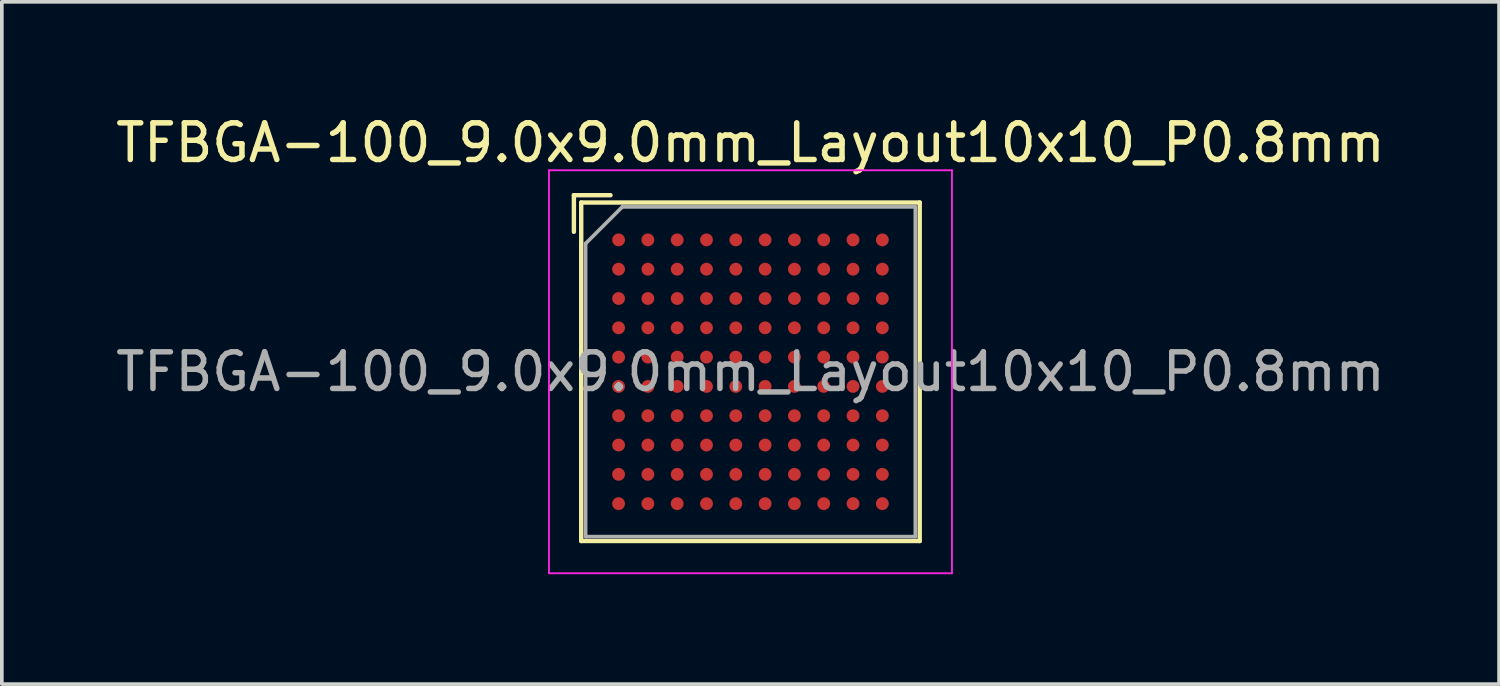
<source format=kicad_pcb>
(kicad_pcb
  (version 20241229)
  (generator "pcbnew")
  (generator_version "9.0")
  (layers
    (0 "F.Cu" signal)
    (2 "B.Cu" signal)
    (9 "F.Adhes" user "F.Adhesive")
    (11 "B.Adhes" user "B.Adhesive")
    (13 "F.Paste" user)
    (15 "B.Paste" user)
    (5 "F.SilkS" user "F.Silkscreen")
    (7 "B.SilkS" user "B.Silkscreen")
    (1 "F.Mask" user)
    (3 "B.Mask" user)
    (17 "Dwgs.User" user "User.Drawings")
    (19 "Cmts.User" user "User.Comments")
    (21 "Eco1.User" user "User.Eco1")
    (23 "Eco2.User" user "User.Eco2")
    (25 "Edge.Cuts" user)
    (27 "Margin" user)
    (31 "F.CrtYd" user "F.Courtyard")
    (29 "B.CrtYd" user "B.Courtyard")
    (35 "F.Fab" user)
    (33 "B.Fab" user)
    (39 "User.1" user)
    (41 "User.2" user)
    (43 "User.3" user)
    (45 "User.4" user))
  (footprint "TFBGA-100_9.0x9.0mm_Layout10x10_P0.8mm"
    (layer "F.Cu")
    (at 17.435 7.098)
    (property "Reference" "TFBGA-100_9.0x9.0mm_Layout10x10_P0.8mm" (at 0 -6.25 0) (layer "F.SilkS") (effects (font (size 1 1) (thickness 0.15))))
    (attr smd)
    (fp_line (start -4.82 -4.82) (end -3.82 -4.82) (stroke (width 0.12) (type solid)) (layer "F.SilkS"))
    (fp_line (start -4.82 -3.82) (end -4.82 -4.82) (stroke (width 0.12) (type solid)) (layer "F.SilkS"))
    (fp_line (start -4.62 -4.62) (end -4.62 4.62) (stroke (width 0.12) (type solid)) (layer "F.SilkS"))
    (fp_line (start -4.62 4.62) (end 4.62 4.62) (stroke (width 0.12) (type solid)) (layer "F.SilkS"))
    (fp_line (start 4.62 -4.62) (end -4.62 -4.62) (stroke (width 0.12) (type solid)) (layer "F.SilkS"))
    (fp_line (start 4.62 4.62) (end 4.62 -4.62) (stroke (width 0.12) (type solid)) (layer "F.SilkS"))
    (fp_line (start -5.5 -5.5) (end -5.5 5.5) (stroke (width 0.05) (type solid)) (layer "F.CrtYd"))
    (fp_line (start -5.5 -5.5) (end 5.5 -5.5) (stroke (width 0.05) (type solid)) (layer "F.CrtYd"))
    (fp_line (start 5.5 5.5) (end -5.5 5.5) (stroke (width 0.05) (type solid)) (layer "F.CrtYd"))
    (fp_line (start 5.5 5.5) (end 5.5 -5.5) (stroke (width 0.05) (type solid)) (layer "F.CrtYd"))
    (fp_line (start -4.5 -3.5) (end -4.5 4.5) (stroke (width 0.1) (type solid)) (layer "F.Fab"))
    (fp_line (start -4.5 4.5) (end 4.5 4.5) (stroke (width 0.1) (type solid)) (layer "F.Fab"))
    (fp_line (start -3.5 -4.5) (end -4.5 -3.5) (stroke (width 0.1) (type solid)) (layer "F.Fab"))
    (fp_line (start 4.5 -4.5) (end -3.5 -4.5) (stroke (width 0.1) (type solid)) (layer "F.Fab"))
    (fp_line (start 4.5 4.5) (end 4.5 -4.5) (stroke (width 0.1) (type solid)) (layer "F.Fab"))
    (fp_text user "${REFERENCE}" (at 0 0 0) (layer "F.Fab") (effects (font (size 1 1) (thickness 0.15))))
    (pad "A1" smd circle (at -3.6 -3.6) (size 0.35 0.35) (layers "F.Cu" "F.Mask" "F.Paste"))
    (pad "A2" smd circle (at -2.8 -3.6) (size 0.35 0.35) (layers "F.Cu" "F.Mask" "F.Paste"))
    (pad "A3" smd circle (at -2 -3.6) (size 0.35 0.35) (layers "F.Cu" "F.Mask" "F.Paste"))
    (pad "A4" smd circle (at -1.2 -3.6) (size 0.35 0.35) (layers "F.Cu" "F.Mask" "F.Paste"))
    (pad "A5" smd circle (at -0.4 -3.6) (size 0.35 0.35) (layers "F.Cu" "F.Mask" "F.Paste"))
    (pad "A6" smd circle (at 0.4 -3.6) (size 0.35 0.35) (layers "F.Cu" "F.Mask" "F.Paste"))
    (pad "A7" smd circle (at 1.2 -3.6) (size 0.35 0.35) (layers "F.Cu" "F.Mask" "F.Paste"))
    (pad "A8" smd circle (at 2 -3.6) (size 0.35 0.35) (layers "F.Cu" "F.Mask" "F.Paste"))
    (pad "A9" smd circle (at 2.8 -3.6) (size 0.35 0.35) (layers "F.Cu" "F.Mask" "F.Paste"))
    (pad "A10" smd circle (at 3.6 -3.6) (size 0.35 0.35) (layers "F.Cu" "F.Mask" "F.Paste"))
    (pad "B1" smd circle (at -3.6 -2.8) (size 0.35 0.35) (layers "F.Cu" "F.Mask" "F.Paste"))
    (pad "B2" smd circle (at -2.8 -2.8) (size 0.35 0.35) (layers "F.Cu" "F.Mask" "F.Paste"))
    (pad "B3" smd circle (at -2 -2.8) (size 0.35 0.35) (layers "F.Cu" "F.Mask" "F.Paste"))
    (pad "B4" smd circle (at -1.2 -2.8) (size 0.35 0.35) (layers "F.Cu" "F.Mask" "F.Paste"))
    (pad "B5" smd circle (at -0.4 -2.8) (size 0.35 0.35) (layers "F.Cu" "F.Mask" "F.Paste"))
    (pad "B6" smd circle (at 0.4 -2.8) (size 0.35 0.35) (layers "F.Cu" "F.Mask" "F.Paste"))
    (pad "B7" smd circle (at 1.2 -2.8) (size 0.35 0.35) (layers "F.Cu" "F.Mask" "F.Paste"))
    (pad "B8" smd circle (at 2 -2.8) (size 0.35 0.35) (layers "F.Cu" "F.Mask" "F.Paste"))
    (pad "B9" smd circle (at 2.8 -2.8) (size 0.35 0.35) (layers "F.Cu" "F.Mask" "F.Paste"))
    (pad "B10" smd circle (at 3.6 -2.8) (size 0.35 0.35) (layers "F.Cu" "F.Mask" "F.Paste"))
    (pad "C1" smd circle (at -3.6 -2) (size 0.35 0.35) (layers "F.Cu" "F.Mask" "F.Paste"))
    (pad "C2" smd circle (at -2.8 -2) (size 0.35 0.35) (layers "F.Cu" "F.Mask" "F.Paste"))
    (pad "C3" smd circle (at -2 -2) (size 0.35 0.35) (layers "F.Cu" "F.Mask" "F.Paste"))
    (pad "C4" smd circle (at -1.2 -2) (size 0.35 0.35) (layers "F.Cu" "F.Mask" "F.Paste"))
    (pad "C5" smd circle (at -0.4 -2) (size 0.35 0.35) (layers "F.Cu" "F.Mask" "F.Paste"))
    (pad "C6" smd circle (at 0.4 -2) (size 0.35 0.35) (layers "F.Cu" "F.Mask" "F.Paste"))
    (pad "C7" smd circle (at 1.2 -2) (size 0.35 0.35) (layers "F.Cu" "F.Mask" "F.Paste"))
    (pad "C8" smd circle (at 2 -2) (size 0.35 0.35) (layers "F.Cu" "F.Mask" "F.Paste"))
    (pad "C9" smd circle (at 2.8 -2) (size 0.35 0.35) (layers "F.Cu" "F.Mask" "F.Paste"))
    (pad "C10" smd circle (at 3.6 -2) (size 0.35 0.35) (layers "F.Cu" "F.Mask" "F.Paste"))
    (pad "D1" smd circle (at -3.6 -1.2) (size 0.35 0.35) (layers "F.Cu" "F.Mask" "F.Paste"))
    (pad "D2" smd circle (at -2.8 -1.2) (size 0.35 0.35) (layers "F.Cu" "F.Mask" "F.Paste"))
    (pad "D3" smd circle (at -2 -1.2) (size 0.35 0.35) (layers "F.Cu" "F.Mask" "F.Paste"))
    (pad "D4" smd circle (at -1.2 -1.2) (size 0.35 0.35) (layers "F.Cu" "F.Mask" "F.Paste"))
    (pad "D5" smd circle (at -0.4 -1.2) (size 0.35 0.35) (layers "F.Cu" "F.Mask" "F.Paste"))
    (pad "D6" smd circle (at 0.4 -1.2) (size 0.35 0.35) (layers "F.Cu" "F.Mask" "F.Paste"))
    (pad "D7" smd circle (at 1.2 -1.2) (size 0.35 0.35) (layers "F.Cu" "F.Mask" "F.Paste"))
    (pad "D8" smd circle (at 2 -1.2) (size 0.35 0.35) (layers "F.Cu" "F.Mask" "F.Paste"))
    (pad "D9" smd circle (at 2.8 -1.2) (size 0.35 0.35) (layers "F.Cu" "F.Mask" "F.Paste"))
    (pad "D10" smd circle (at 3.6 -1.2) (size 0.35 0.35) (layers "F.Cu" "F.Mask" "F.Paste"))
    (pad "E1" smd circle (at -3.6 -0.4) (size 0.35 0.35) (layers "F.Cu" "F.Mask" "F.Paste"))
    (pad "E2" smd circle (at -2.8 -0.4) (size 0.35 0.35) (layers "F.Cu" "F.Mask" "F.Paste"))
    (pad "E3" smd circle (at -2 -0.4) (size 0.35 0.35) (layers "F.Cu" "F.Mask" "F.Paste"))
    (pad "E4" smd circle (at -1.2 -0.4) (size 0.35 0.35) (layers "F.Cu" "F.Mask" "F.Paste"))
    (pad "E5" smd circle (at -0.4 -0.4) (size 0.35 0.35) (layers "F.Cu" "F.Mask" "F.Paste"))
    (pad "E6" smd circle (at 0.4 -0.4) (size 0.35 0.35) (layers "F.Cu" "F.Mask" "F.Paste"))
    (pad "E7" smd circle (at 1.2 -0.4) (size 0.35 0.35) (layers "F.Cu" "F.Mask" "F.Paste"))
    (pad "E8" smd circle (at 2 -0.4) (size 0.35 0.35) (layers "F.Cu" "F.Mask" "F.Paste"))
    (pad "E9" smd circle (at 2.8 -0.4) (size 0.35 0.35) (layers "F.Cu" "F.Mask" "F.Paste"))
    (pad "E10" smd circle (at 3.6 -0.4) (size 0.35 0.35) (layers "F.Cu" "F.Mask" "F.Paste"))
    (pad "F1" smd circle (at -3.6 0.4) (size 0.35 0.35) (layers "F.Cu" "F.Mask" "F.Paste"))
    (pad "F2" smd circle (at -2.8 0.4) (size 0.35 0.35) (layers "F.Cu" "F.Mask" "F.Paste"))
    (pad "F3" smd circle (at -2 0.4) (size 0.35 0.35) (layers "F.Cu" "F.Mask" "F.Paste"))
    (pad "F4" smd circle (at -1.2 0.4) (size 0.35 0.35) (layers "F.Cu" "F.Mask" "F.Paste"))
    (pad "F5" smd circle (at -0.4 0.4) (size 0.35 0.35) (layers "F.Cu" "F.Mask" "F.Paste"))
    (pad "F6" smd circle (at 0.4 0.4) (size 0.35 0.35) (layers "F.Cu" "F.Mask" "F.Paste"))
    (pad "F7" smd circle (at 1.2 0.4) (size 0.35 0.35) (layers "F.Cu" "F.Mask" "F.Paste"))
    (pad "F8" smd circle (at 2 0.4) (size 0.35 0.35) (layers "F.Cu" "F.Mask" "F.Paste"))
    (pad "F9" smd circle (at 2.8 0.4) (size 0.35 0.35) (layers "F.Cu" "F.Mask" "F.Paste"))
    (pad "F10" smd circle (at 3.6 0.4) (size 0.35 0.35) (layers "F.Cu" "F.Mask" "F.Paste"))
    (pad "G1" smd circle (at -3.6 1.2) (size 0.35 0.35) (layers "F.Cu" "F.Mask" "F.Paste"))
    (pad "G2" smd circle (at -2.8 1.2) (size 0.35 0.35) (layers "F.Cu" "F.Mask" "F.Paste"))
    (pad "G3" smd circle (at -2 1.2) (size 0.35 0.35) (layers "F.Cu" "F.Mask" "F.Paste"))
    (pad "G4" smd circle (at -1.2 1.2) (size 0.35 0.35) (layers "F.Cu" "F.Mask" "F.Paste"))
    (pad "G5" smd circle (at -0.4 1.2) (size 0.35 0.35) (layers "F.Cu" "F.Mask" "F.Paste"))
    (pad "G6" smd circle (at 0.4 1.2) (size 0.35 0.35) (layers "F.Cu" "F.Mask" "F.Paste"))
    (pad "G7" smd circle (at 1.2 1.2) (size 0.35 0.35) (layers "F.Cu" "F.Mask" "F.Paste"))
    (pad "G8" smd circle (at 2 1.2) (size 0.35 0.35) (layers "F.Cu" "F.Mask" "F.Paste"))
    (pad "G9" smd circle (at 2.8 1.2) (size 0.35 0.35) (layers "F.Cu" "F.Mask" "F.Paste"))
    (pad "G10" smd circle (at 3.6 1.2) (size 0.35 0.35) (layers "F.Cu" "F.Mask" "F.Paste"))
    (pad "H1" smd circle (at -3.6 2) (size 0.35 0.35) (layers "F.Cu" "F.Mask" "F.Paste"))
    (pad "H2" smd circle (at -2.8 2) (size 0.35 0.35) (layers "F.Cu" "F.Mask" "F.Paste"))
    (pad "H3" smd circle (at -2 2) (size 0.35 0.35) (layers "F.Cu" "F.Mask" "F.Paste"))
    (pad "H4" smd circle (at -1.2 2) (size 0.35 0.35) (layers "F.Cu" "F.Mask" "F.Paste"))
    (pad "H5" smd circle (at -0.4 2) (size 0.35 0.35) (layers "F.Cu" "F.Mask" "F.Paste"))
    (pad "H6" smd circle (at 0.4 2) (size 0.35 0.35) (layers "F.Cu" "F.Mask" "F.Paste"))
    (pad "H7" smd circle (at 1.2 2) (size 0.35 0.35) (layers "F.Cu" "F.Mask" "F.Paste"))
    (pad "H8" smd circle (at 2 2) (size 0.35 0.35) (layers "F.Cu" "F.Mask" "F.Paste"))
    (pad "H9" smd circle (at 2.8 2) (size 0.35 0.35) (layers "F.Cu" "F.Mask" "F.Paste"))
    (pad "H10" smd circle (at 3.6 2) (size 0.35 0.35) (layers "F.Cu" "F.Mask" "F.Paste"))
    (pad "J1" smd circle (at -3.6 2.8) (size 0.35 0.35) (layers "F.Cu" "F.Mask" "F.Paste"))
    (pad "J2" smd circle (at -2.8 2.8) (size 0.35 0.35) (layers "F.Cu" "F.Mask" "F.Paste"))
    (pad "J3" smd circle (at -2 2.8) (size 0.35 0.35) (layers "F.Cu" "F.Mask" "F.Paste"))
    (pad "J4" smd circle (at -1.2 2.8) (size 0.35 0.35) (layers "F.Cu" "F.Mask" "F.Paste"))
    (pad "J5" smd circle (at -0.4 2.8) (size 0.35 0.35) (layers "F.Cu" "F.Mask" "F.Paste"))
    (pad "J6" smd circle (at 0.4 2.8) (size 0.35 0.35) (layers "F.Cu" "F.Mask" "F.Paste"))
    (pad "J7" smd circle (at 1.2 2.8) (size 0.35 0.35) (layers "F.Cu" "F.Mask" "F.Paste"))
    (pad "J8" smd circle (at 2 2.8) (size 0.35 0.35) (layers "F.Cu" "F.Mask" "F.Paste"))
    (pad "J9" smd circle (at 2.8 2.8) (size 0.35 0.35) (layers "F.Cu" "F.Mask" "F.Paste"))
    (pad "J10" smd circle (at 3.6 2.8) (size 0.35 0.35) (layers "F.Cu" "F.Mask" "F.Paste"))
    (pad "K1" smd circle (at -3.6 3.6) (size 0.35 0.35) (layers "F.Cu" "F.Mask" "F.Paste"))
    (pad "K2" smd circle (at -2.8 3.6) (size 0.35 0.35) (layers "F.Cu" "F.Mask" "F.Paste"))
    (pad "K3" smd circle (at -2 3.6) (size 0.35 0.35) (layers "F.Cu" "F.Mask" "F.Paste"))
    (pad "K4" smd circle (at -1.2 3.6) (size 0.35 0.35) (layers "F.Cu" "F.Mask" "F.Paste"))
    (pad "K5" smd circle (at -0.4 3.6) (size 0.35 0.35) (layers "F.Cu" "F.Mask" "F.Paste"))
    (pad "K6" smd circle (at 0.4 3.6) (size 0.35 0.35) (layers "F.Cu" "F.Mask" "F.Paste"))
    (pad "K7" smd circle (at 1.2 3.6) (size 0.35 0.35) (layers "F.Cu" "F.Mask" "F.Paste"))
    (pad "K8" smd circle (at 2 3.6) (size 0.35 0.35) (layers "F.Cu" "F.Mask" "F.Paste"))
    (pad "K9" smd circle (at 2.8 3.6) (size 0.35 0.35) (layers "F.Cu" "F.Mask" "F.Paste"))
    (pad "K10" smd circle (at 3.6 3.6) (size 0.35 0.35) (layers "F.Cu" "F.Mask" "F.Paste")))
  (gr_rect
    (start -3 -3)
    (end 37.869 15.623)
    (stroke (width 0.1) (type default))
    (fill no)
    (layer "Edge.Cuts")))
</source>
